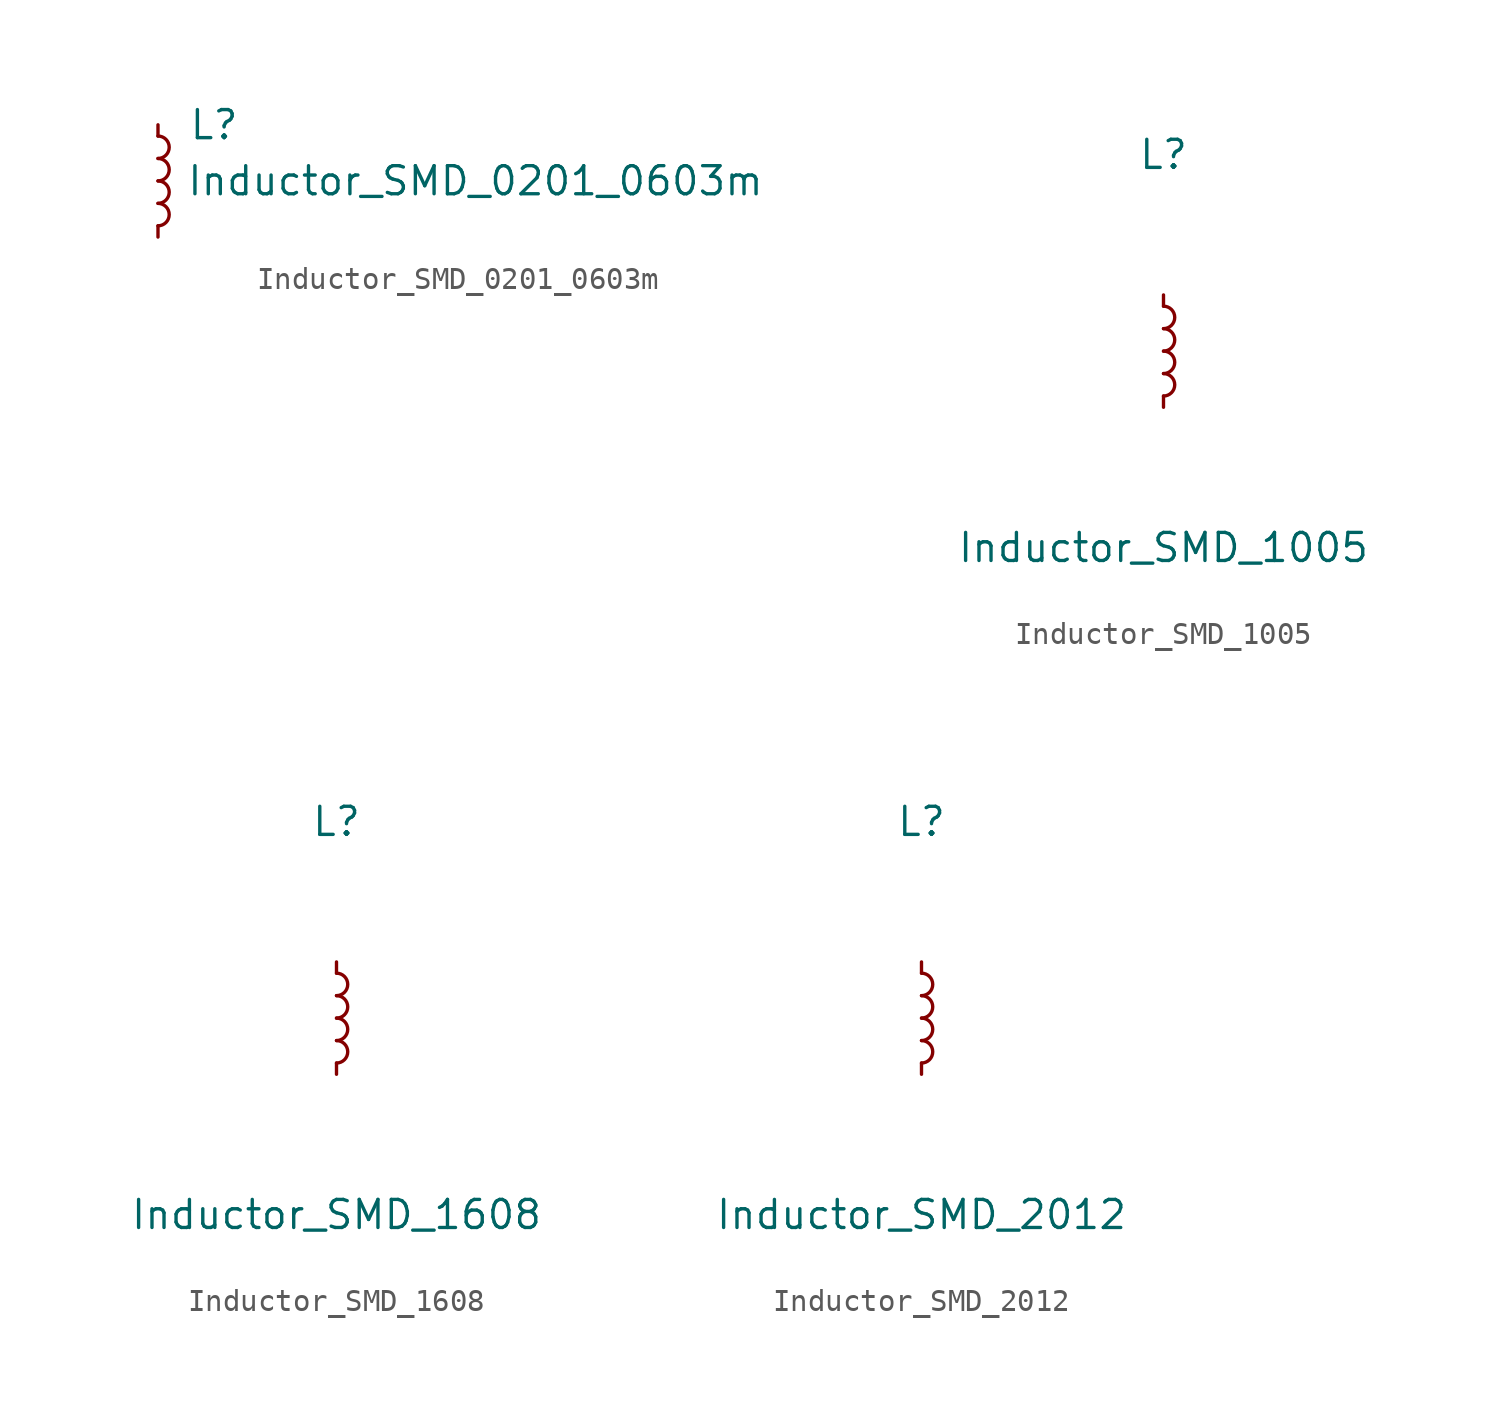
<source format=kicad_sym>
(kicad_symbol_lib
  (version 20220914)
  (generator kicad_symbol_editor)
  (symbol "Inductor_SMD_0201_0603m"
    (pin_numbers hide)
    (pin_names
      (offset 1.27) hide)
    (property "Reference" "L"
      (at 2.54 2.54 0)
      (effects (font (size 1.27 1.27))))
    (property "Value" "Inductor_SMD_0201_0603m"
      (at 1.27 0 0)
      (effects (font (size 1.27 1.27)) (justify left)))
    (symbol "Inductor_SMD_0201_0603m_1_1"
      (arc (start 0 -2.032) (mid 0.5058 -1.524) (end 0 -1.016) (stroke (width 0) (type default)) (fill (type none)))
      (arc (start 0 -1.016) (mid 0.5058 -0.508) (end 0 0) (stroke (width 0) (type default)) (fill (type none)))
      (arc (start 0 0) (mid 0.5058 0.508) (end 0 1.016) (stroke (width 0) (type default)) (fill (type none)))
      (arc (start 0 1.016) (mid 0.5058 1.524) (end 0 2.032) (stroke (width 0) (type default)) (fill (type none)))
      (pin passive line (at 0 2.54 270) (length 0.508) (name "~" (effects (font (size 1.27 1.27)))) (number "1" (effects (font (size 1.27 1.27)))))
      (pin passive line (at 0 -2.54 90) (length 0.508) (name "~" (effects (font (size 1.27 1.27)))) (number "2" (effects (font (size 1.27 1.27)))))))
  (symbol "Inductor_SMD_1005"
    (pin_numbers hide)
    (pin_names
      (offset 1.27) hide)
    (property "Reference" "L"
      (at 0 8.89 0)
      (effects (font (size 1.27 1.27))))
    (property "Value" "Inductor_SMD_1005"
      (at 0 -8.89 0)
      (effects (font (size 1.27 1.27))))
    (symbol "Inductor_SMD_1005_1_1"
      (arc (start 0 -2.032) (mid 0.5058 -1.524) (end 0 -1.016) (stroke (width 0) (type default)) (fill (type none)))
      (arc (start 0 -1.016) (mid 0.5058 -0.508) (end 0 0) (stroke (width 0) (type default)) (fill (type none)))
      (arc (start 0 0) (mid 0.5058 0.508) (end 0 1.016) (stroke (width 0) (type default)) (fill (type none)))
      (arc (start 0 1.016) (mid 0.5058 1.524) (end 0 2.032) (stroke (width 0) (type default)) (fill (type none)))
      (pin passive line (at 0 2.54 270) (length 0.508) (name "~" (effects (font (size 1.27 1.27)))) (number "1" (effects (font (size 1.27 1.27)))))
      (pin passive line (at 0 -2.54 90) (length 0.508) (name "~" (effects (font (size 1.27 1.27)))) (number "2" (effects (font (size 1.27 1.27)))))))
  (symbol "Inductor_SMD_1608"
    (pin_numbers hide)
    (pin_names
      (offset 1.27) hide)
    (property "Reference" "L"
      (at 0 8.89 0)
      (effects (font (size 1.27 1.27))))
    (property "Value" "Inductor_SMD_1608"
      (at 0 -8.89 0)
      (effects (font (size 1.27 1.27))))
    (symbol "Inductor_SMD_1608_1_1"
      (arc (start 0 -2.032) (mid 0.5058 -1.524) (end 0 -1.016) (stroke (width 0) (type default)) (fill (type none)))
      (arc (start 0 -1.016) (mid 0.5058 -0.508) (end 0 0) (stroke (width 0) (type default)) (fill (type none)))
      (arc (start 0 0) (mid 0.5058 0.508) (end 0 1.016) (stroke (width 0) (type default)) (fill (type none)))
      (arc (start 0 1.016) (mid 0.5058 1.524) (end 0 2.032) (stroke (width 0) (type default)) (fill (type none)))
      (pin passive line (at 0 2.54 270) (length 0.508) (name "~" (effects (font (size 1.27 1.27)))) (number "1" (effects (font (size 1.27 1.27)))))
      (pin passive line (at 0 -2.54 90) (length 0.508) (name "~" (effects (font (size 1.27 1.27)))) (number "2" (effects (font (size 1.27 1.27)))))))
  (symbol "Inductor_SMD_2012"
    (pin_numbers hide)
    (pin_names
      (offset 1.27) hide)
    (property "Reference" "L"
      (at 0 8.89 0)
      (effects (font (size 1.27 1.27))))
    (property "Value" "Inductor_SMD_2012"
      (at 0 -8.89 0)
      (effects (font (size 1.27 1.27))))
    (symbol "Inductor_SMD_2012_1_1"
      (arc (start 0 -2.032) (mid 0.5058 -1.524) (end 0 -1.016) (stroke (width 0) (type default)) (fill (type none)))
      (arc (start 0 -1.016) (mid 0.5058 -0.508) (end 0 0) (stroke (width 0) (type default)) (fill (type none)))
      (arc (start 0 0) (mid 0.5058 0.508) (end 0 1.016) (stroke (width 0) (type default)) (fill (type none)))
      (arc (start 0 1.016) (mid 0.5058 1.524) (end 0 2.032) (stroke (width 0) (type default)) (fill (type none)))
      (pin passive line (at 0 2.54 270) (length 0.508) (name "~" (effects (font (size 1.27 1.27)))) (number "1" (effects (font (size 1.27 1.27)))))
      (pin passive line (at 0 -2.54 90) (length 0.508) (name "~" (effects (font (size 1.27 1.27)))) (number "2" (effects (font (size 1.27 1.27))))))))
</source>
